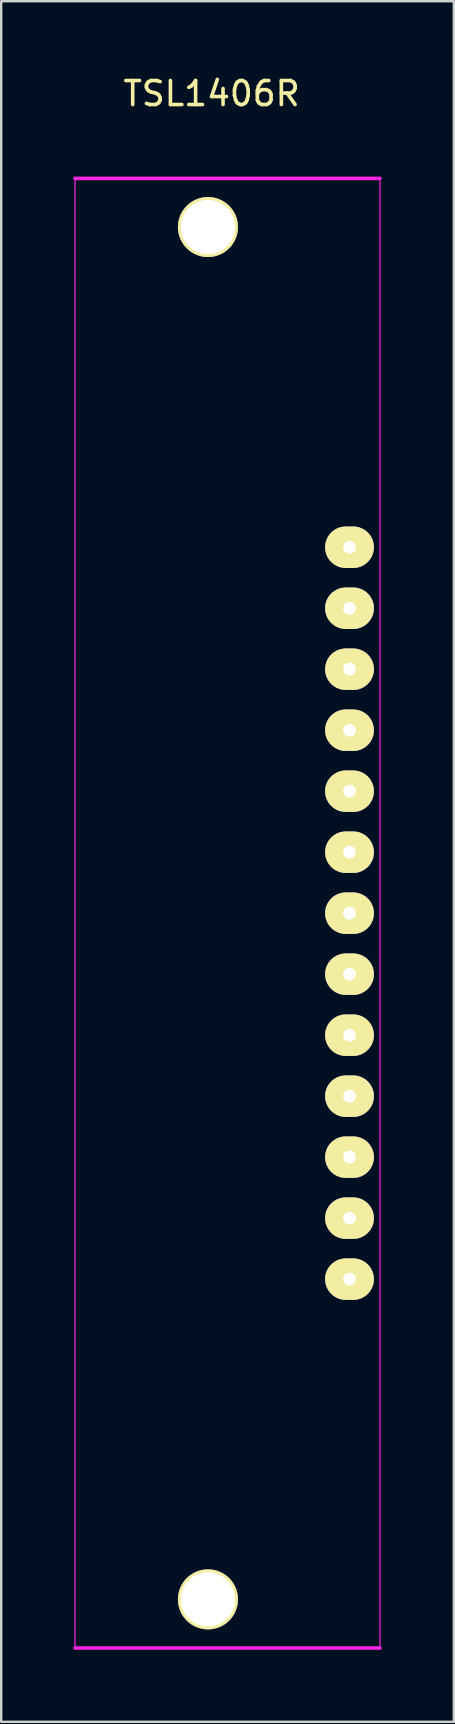
<source format=kicad_pcb>
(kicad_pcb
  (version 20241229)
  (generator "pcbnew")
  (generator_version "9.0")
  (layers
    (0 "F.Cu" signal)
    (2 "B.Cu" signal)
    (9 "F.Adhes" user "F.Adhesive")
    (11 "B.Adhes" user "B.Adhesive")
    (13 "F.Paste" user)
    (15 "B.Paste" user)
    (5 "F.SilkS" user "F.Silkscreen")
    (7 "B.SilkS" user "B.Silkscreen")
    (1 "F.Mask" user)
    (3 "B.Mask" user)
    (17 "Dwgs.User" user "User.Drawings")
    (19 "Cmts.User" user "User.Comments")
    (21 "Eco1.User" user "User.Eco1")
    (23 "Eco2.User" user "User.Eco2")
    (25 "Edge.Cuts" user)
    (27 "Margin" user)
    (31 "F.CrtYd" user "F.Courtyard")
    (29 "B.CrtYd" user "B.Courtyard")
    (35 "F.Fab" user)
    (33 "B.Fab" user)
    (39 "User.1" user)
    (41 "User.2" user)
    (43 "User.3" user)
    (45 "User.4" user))
  (footprint "TSL1406R"
    (layer "F.Cu")
    (at 5.61 34.98)
    (property "Reference" "TSL1406R" (at 0.152 -34.132 0) (layer "F.SilkS") (effects (font (size 1 1) (thickness 0.15))))
    (attr through_hole)
    (fp_line (start -5.535 -30.6) (end -5.535 30.6) (stroke (width 0.05) (type solid)) (layer "F.CrtYd"))
    (fp_line (start -5.535 -30.6) (end 7.165 -30.6) (stroke (width 0.15) (type solid)) (layer "F.CrtYd"))
    (fp_line (start -5.535 30.6) (end 7.165 30.6) (stroke (width 0.15) (type solid)) (layer "F.CrtYd"))
    (fp_line (start 7.165 -30.6) (end 7.165 30.6) (stroke (width 0.05) (type solid)) (layer "F.CrtYd"))
    (pad "0" thru_hole circle (at 0 -28.575) (size 2.5 2.5) (drill 2.26) (layers "*.Cu" "*.Mask" "F.SilkS"))
    (pad "0" thru_hole circle (at 0 28.575) (size 2.5 2.5) (drill 2.26) (layers "*.Cu" "*.Mask" "F.SilkS"))
    (pad "1" thru_hole oval (at 5.895 -15.24) (size 2.032 1.727) (drill 0.533) (layers "*.Cu" "*.Mask" "F.SilkS"))
    (pad "2" thru_hole oval (at 5.895 -12.7) (size 2.032 1.727) (drill 0.533) (layers "*.Cu" "*.Mask" "F.SilkS"))
    (pad "3" thru_hole oval (at 5.895 -10.16) (size 2.032 1.727) (drill 0.533) (layers "*.Cu" "*.Mask" "F.SilkS"))
    (pad "4" thru_hole oval (at 5.895 -7.62) (size 2.032 1.727) (drill 0.533) (layers "*.Cu" "*.Mask" "F.SilkS"))
    (pad "5" thru_hole oval (at 5.895 -5.08) (size 2.032 1.727) (drill 0.533) (layers "*.Cu" "*.Mask" "F.SilkS"))
    (pad "6" thru_hole oval (at 5.895 -2.54) (size 2.032 1.727) (drill 0.533) (layers "*.Cu" "*.Mask" "F.SilkS"))
    (pad "7" thru_hole oval (at 5.895 0) (size 2.032 1.727) (drill 0.533) (layers "*.Cu" "*.Mask" "F.SilkS"))
    (pad "8" thru_hole oval (at 5.895 2.54) (size 2.032 1.727) (drill 0.533) (layers "*.Cu" "*.Mask" "F.SilkS"))
    (pad "9" thru_hole oval (at 5.895 5.08) (size 2.032 1.727) (drill 0.533) (layers "*.Cu" "*.Mask" "F.SilkS"))
    (pad "10" thru_hole oval (at 5.895 7.62) (size 2.032 1.727) (drill 0.533) (layers "*.Cu" "*.Mask" "F.SilkS"))
    (pad "11" thru_hole oval (at 5.895 10.16) (size 2.032 1.727) (drill 0.533) (layers "*.Cu" "*.Mask" "F.SilkS"))
    (pad "12" thru_hole oval (at 5.895 12.7) (size 2.032 1.727) (drill 0.533) (layers "*.Cu" "*.Mask" "F.SilkS"))
    (pad "13" thru_hole oval (at 5.895 15.24) (size 2.032 1.727) (drill 0.533) (layers "*.Cu" "*.Mask" "F.SilkS")))
  (gr_rect
    (start -3 -3)
    (end 15.85 68.655)
    (stroke (width 0.1) (type default))
    (fill no)
    (layer "Edge.Cuts")))
</source>
